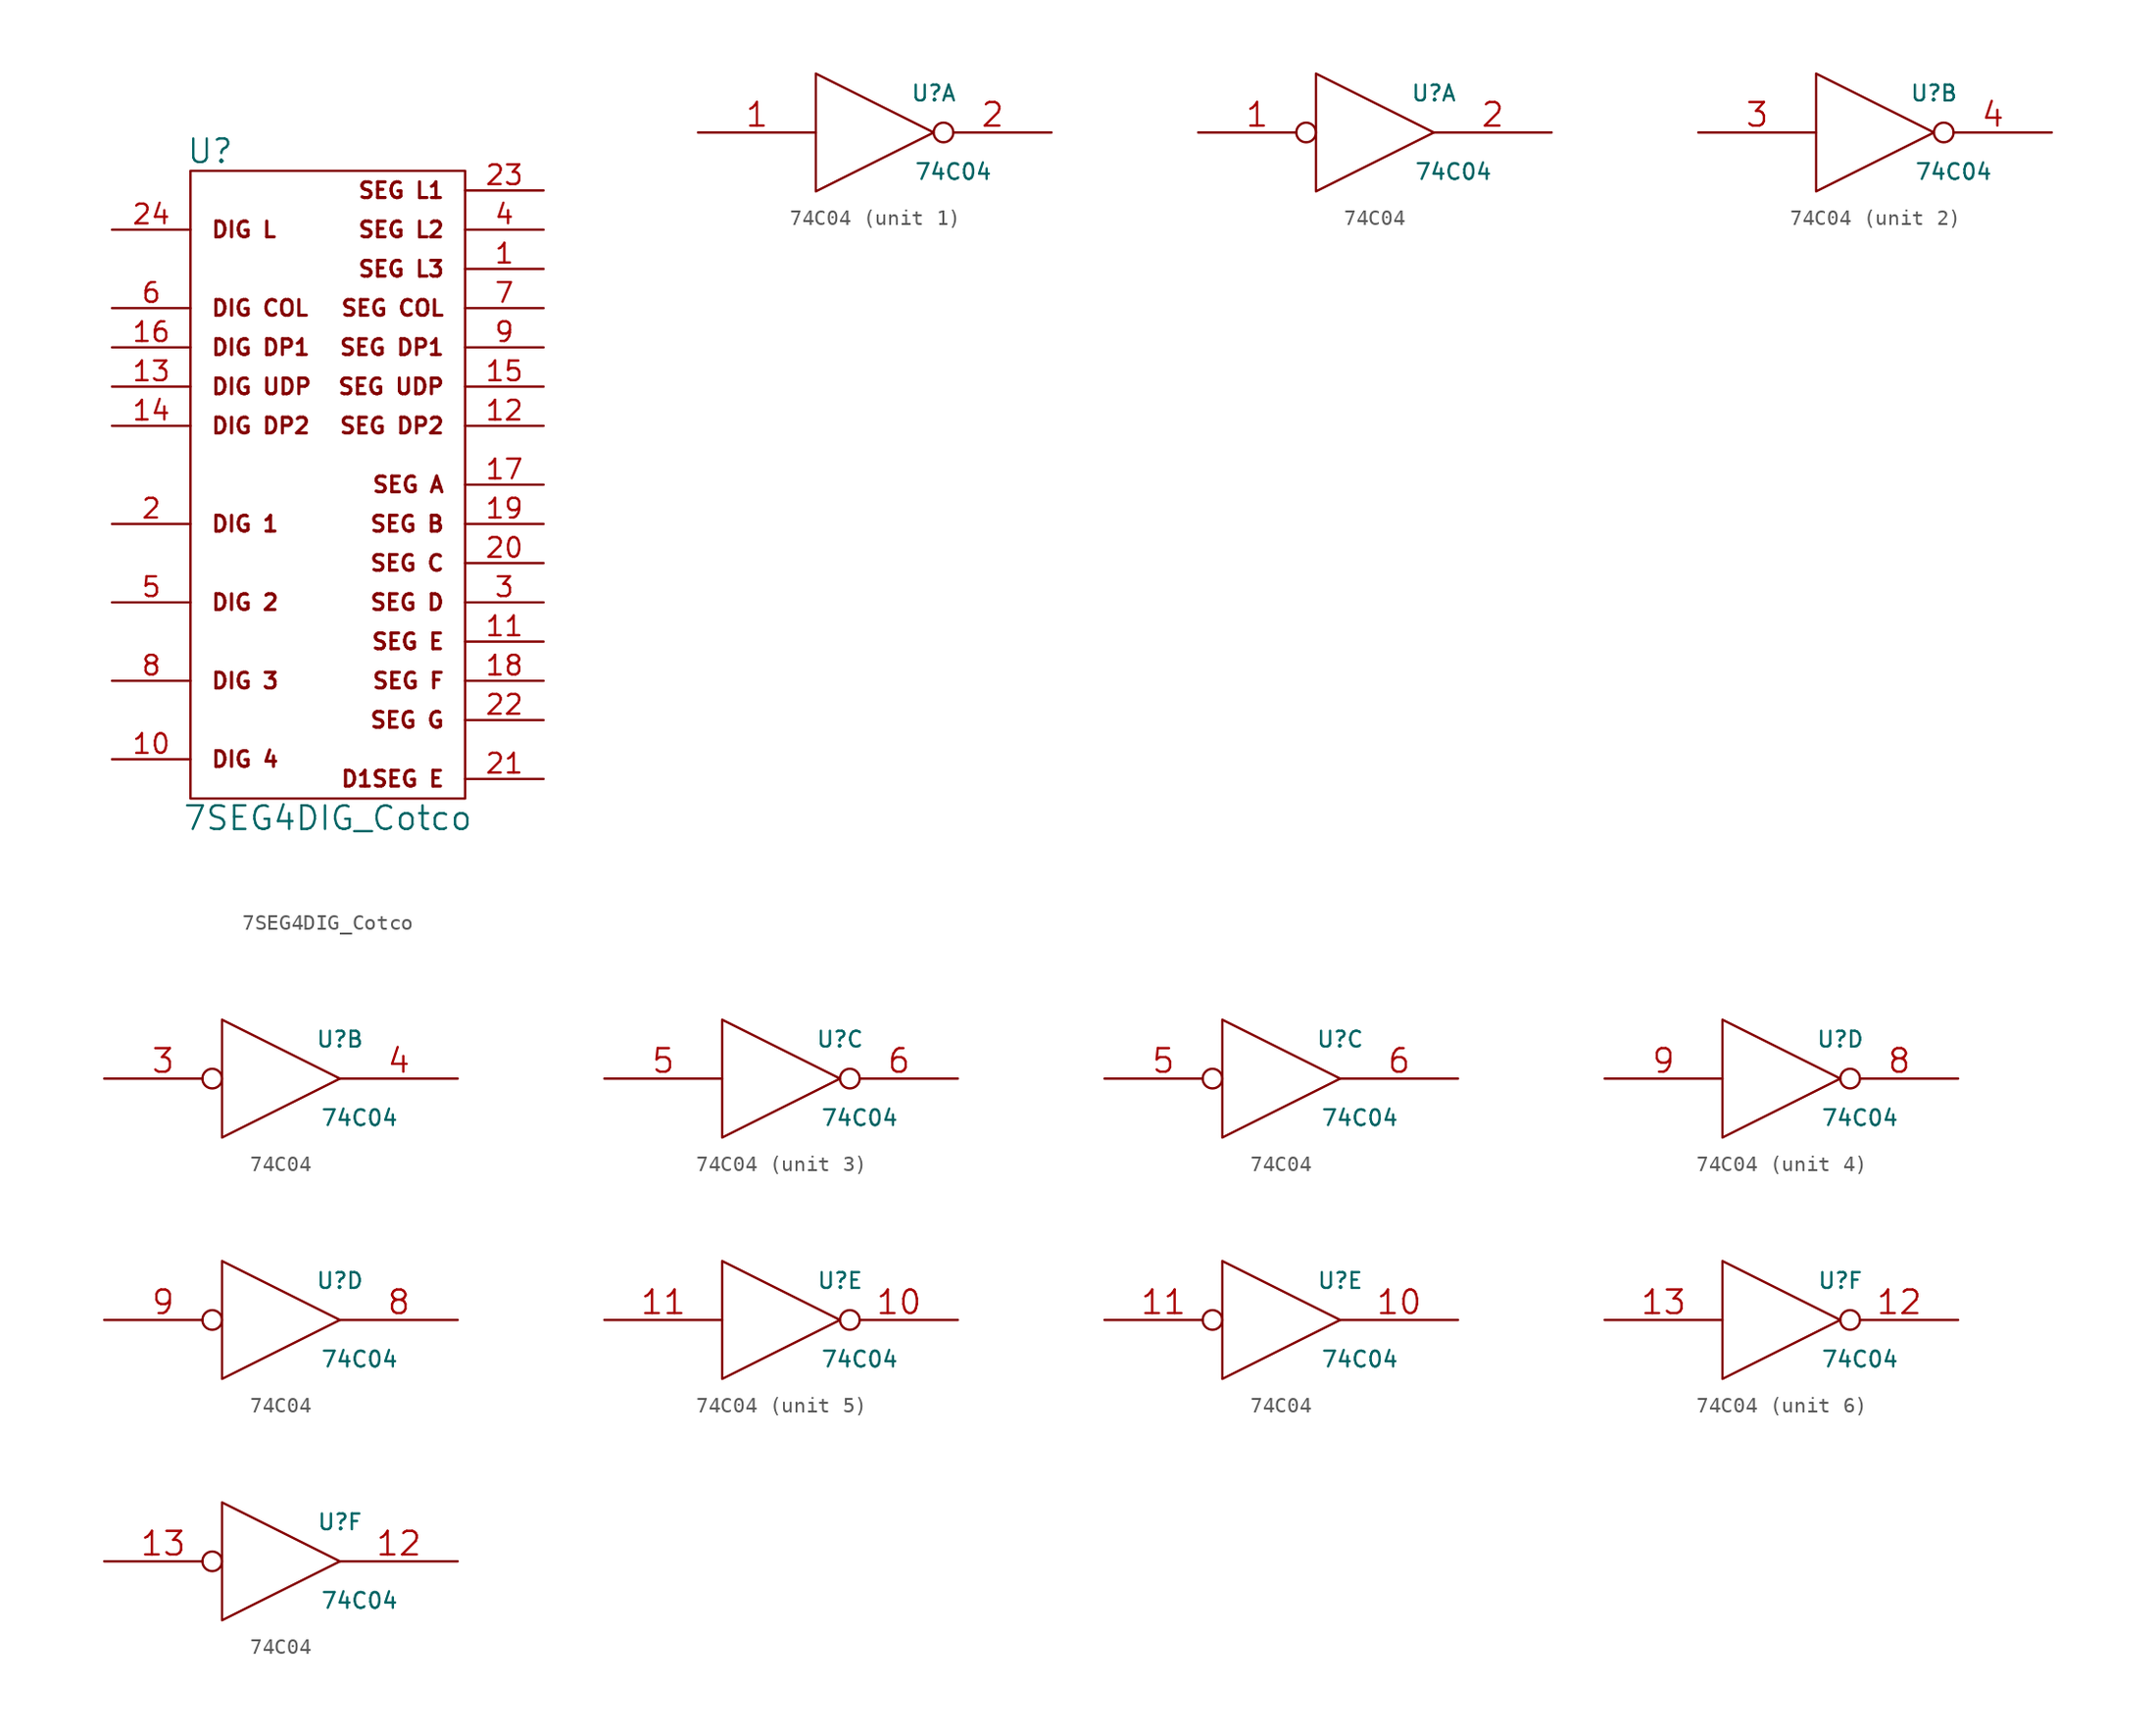
<source format=kicad_sym>
(kicad_symbol_lib
  (version 20211014)
  (generator kicad_symbol_editor)
  (symbol "7SEG4DIG_Cotco"
    (pin_names
      (offset 1.016))
    (property "Reference" "U"
      (at -7.62 21.59 0)
      (effects (font (size 1.524 1.524))))
    (property "Value" "7SEG4DIG_Cotco"
      (at 0 -21.59 0)
      (effects (font (size 1.524 1.524))))
    (property "Footprint" ""
      (at -12.7 -12.7 0)
      (effects (font (size 1.524 1.524))))
    (property "Datasheet" ""
      (at -12.7 -12.7 0)
      (effects (font (size 1.524 1.524))))
    (symbol "7SEG4DIG_Cotco_0_0"
      (rectangle (start 8.89 20.32) (end -8.89 -20.32) (stroke (width 0) (type default) (color 0 0 0 0)) (fill (type none)))
      (text "D1SEG E" (at 7.62 -19.05 0) (effects (font (size 1.016 1.016) bold) (justify right)))
      (text "DIG 1" (at -7.62 -2.54 0) (effects (font (size 1.016 1.016) bold) (justify left)))
      (text "DIG 2" (at -7.62 -7.62 0) (effects (font (size 1.016 1.016) bold) (justify left)))
      (text "DIG 3" (at -7.62 -12.7 0) (effects (font (size 1.016 1.016) bold) (justify left)))
      (text "DIG 4" (at -7.62 -17.78 0) (effects (font (size 1.016 1.016) bold) (justify left)))
      (text "DIG COL" (at -7.62 11.43 0) (effects (font (size 1.016 1.016) bold) (justify left)))
      (text "DIG DP1" (at -7.62 8.89 0) (effects (font (size 1.016 1.016) bold) (justify left)))
      (text "DIG DP2" (at -7.62 3.81 0) (effects (font (size 1.016 1.016) bold) (justify left)))
      (text "DIG L" (at -7.62 16.51 0) (effects (font (size 1.016 1.016) bold) (justify left)))
      (text "DIG UDP" (at -7.62 6.35 0) (effects (font (size 1.016 1.016) bold) (justify left)))
      (text "SEG A" (at 7.62 0 0) (effects (font (size 1.016 1.016) bold) (justify right)))
      (text "SEG B" (at 7.62 -2.54 0) (effects (font (size 1.016 1.016) bold) (justify right)))
      (text "SEG C" (at 7.62 -5.08 0) (effects (font (size 1.016 1.016) bold) (justify right)))
      (text "SEG COL" (at 7.62 11.43 0) (effects (font (size 1.016 1.016) bold) (justify right)))
      (text "SEG D" (at 7.62 -7.62 0) (effects (font (size 1.016 1.016) bold) (justify right)))
      (text "SEG DP1" (at 7.62 8.89 0) (effects (font (size 1.016 1.016) bold) (justify right)))
      (text "SEG DP2" (at 7.62 3.81 0) (effects (font (size 1.016 1.016) bold) (justify right)))
      (text "SEG E" (at 7.62 -10.16 0) (effects (font (size 1.016 1.016) bold) (justify right)))
      (text "SEG F" (at 7.62 -12.7 0) (effects (font (size 1.016 1.016) bold) (justify right)))
      (text "SEG G" (at 7.62 -15.24 0) (effects (font (size 1.016 1.016) bold) (justify right)))
      (text "SEG L1" (at 7.62 19.05 0) (effects (font (size 1.016 1.016) bold) (justify right)))
      (text "SEG L2" (at 7.62 16.51 0) (effects (font (size 1.016 1.016) bold) (justify right)))
      (text "SEG L3" (at 7.62 13.97 0) (effects (font (size 1.016 1.016) bold) (justify right)))
      (text "SEG UDP" (at 7.62 6.35 0) (effects (font (size 1.016 1.016) bold) (justify right))))
    (symbol "7SEG4DIG_Cotco_1_1"
      (pin input line (at 13.97 13.97 180) (length 5.08) (name "~" (effects (font (size 1.27 1.27)))) (number "1" (effects (font (size 1.27 1.27)))))
      (pin input line (at -13.97 -17.78 0) (length 5.08) (name "~" (effects (font (size 1.27 1.27)))) (number "10" (effects (font (size 1.27 1.27)))))
      (pin input line (at 13.97 -10.16 180) (length 5.08) (name "~" (effects (font (size 1.27 1.27)))) (number "11" (effects (font (size 1.27 1.27)))))
      (pin input line (at 13.97 3.81 180) (length 5.08) (name "~" (effects (font (size 1.27 1.27)))) (number "12" (effects (font (size 1.27 1.27)))))
      (pin input line (at -13.97 6.35 0) (length 5.08) (name "~" (effects (font (size 1.27 1.27)))) (number "13" (effects (font (size 1.27 1.27)))))
      (pin input line (at -13.97 3.81 0) (length 5.08) (name "~" (effects (font (size 1.27 1.27)))) (number "14" (effects (font (size 1.27 1.27)))))
      (pin input line (at 13.97 6.35 180) (length 5.08) (name "~" (effects (font (size 1.27 1.27)))) (number "15" (effects (font (size 1.27 1.27)))))
      (pin input line (at -13.97 8.89 0) (length 5.08) (name "~" (effects (font (size 1.27 1.27)))) (number "16" (effects (font (size 1.27 1.27)))))
      (pin input line (at 13.97 0 180) (length 5.08) (name "~" (effects (font (size 1.27 1.27)))) (number "17" (effects (font (size 1.27 1.27)))))
      (pin input line (at 13.97 -12.7 180) (length 5.08) (name "~" (effects (font (size 1.27 1.27)))) (number "18" (effects (font (size 1.27 1.27)))))
      (pin input line (at 13.97 -2.54 180) (length 5.08) (name "~" (effects (font (size 1.27 1.27)))) (number "19" (effects (font (size 1.27 1.27)))))
      (pin input line (at -13.97 -2.54 0) (length 5.08) (name "~" (effects (font (size 1.27 1.27)))) (number "2" (effects (font (size 1.27 1.27)))))
      (pin input line (at 13.97 -5.08 180) (length 5.08) (name "~" (effects (font (size 1.27 1.27)))) (number "20" (effects (font (size 1.27 1.27)))))
      (pin input line (at 13.97 -19.05 180) (length 5.08) (name "~" (effects (font (size 1.27 1.27)))) (number "21" (effects (font (size 1.27 1.27)))))
      (pin input line (at 13.97 -15.24 180) (length 5.08) (name "~" (effects (font (size 1.27 1.27)))) (number "22" (effects (font (size 1.27 1.27)))))
      (pin input line (at 13.97 19.05 180) (length 5.08) (name "~" (effects (font (size 1.27 1.27)))) (number "23" (effects (font (size 1.27 1.27)))))
      (pin input line (at -13.97 16.51 0) (length 5.08) (name "~" (effects (font (size 1.27 1.27)))) (number "24" (effects (font (size 1.27 1.27)))))
      (pin input line (at 13.97 -7.62 180) (length 5.08) (name "~" (effects (font (size 1.27 1.27)))) (number "3" (effects (font (size 1.27 1.27)))))
      (pin input line (at 13.97 16.51 180) (length 5.08) (name "~" (effects (font (size 1.27 1.27)))) (number "4" (effects (font (size 1.27 1.27)))))
      (pin input line (at -13.97 -7.62 0) (length 5.08) (name "~" (effects (font (size 1.27 1.27)))) (number "5" (effects (font (size 1.27 1.27)))))
      (pin input line (at -13.97 11.43 0) (length 5.08) (name "~" (effects (font (size 1.27 1.27)))) (number "6" (effects (font (size 1.27 1.27)))))
      (pin input line (at 13.97 11.43 180) (length 5.08) (name "~" (effects (font (size 1.27 1.27)))) (number "7" (effects (font (size 1.27 1.27)))))
      (pin input line (at -13.97 -12.7 0) (length 5.08) (name "~" (effects (font (size 1.27 1.27)))) (number "8" (effects (font (size 1.27 1.27)))))
      (pin input line (at 13.97 8.89 180) (length 5.08) (name "~" (effects (font (size 1.27 1.27)))) (number "9" (effects (font (size 1.27 1.27)))))))
  (symbol "74C04"
    (pin_names
      (offset 0.762))
    (property "Reference" "U"
      (at 3.81 2.54 0)
      (effects (font (size 1.016 1.016))))
    (property "Value" "74C04"
      (at 5.08 -2.54 0)
      (effects (font (size 1.016 1.016))))
    (property "Footprint" ""
      (at 0 0 0)
      (effects (font (size 1.524 1.524))))
    (property "Datasheet" ""
      (at 0 0 0)
      (effects (font (size 1.524 1.524))))
    (symbol "74C04_0_0"
      (polyline (pts (xy -3.81 3.81) (xy -3.81 -3.81) (xy 3.81 0) (xy -3.81 3.81)) (stroke (width 0) (type default) (color 0 0 0 0)) (fill (type none)))
      (pin power_in line (at -1.27 2.54 270) (length 0) hide (name "VCC" (effects (font (size 0.508 0.508)))) (number "14" (effects (font (size 0.762 0.762)))))
      (pin power_in line (at -1.27 -2.54 90) (length 0) hide (name "GND" (effects (font (size 0.508 0.508)))) (number "7" (effects (font (size 0.762 0.762))))))
    (symbol "74C04_1_1"
      (pin input line (at -11.43 0 0) (length 7.62) (name "~" (effects (font (size 1.524 1.524)))) (number "1" (effects (font (size 1.524 1.524)))))
      (pin output inverted (at 11.43 0 180) (length 7.62) (name "~" (effects (font (size 1.524 1.524)))) (number "2" (effects (font (size 1.524 1.524))))))
    (symbol "74C04_1_2"
      (pin input inverted (at -11.43 0 0) (length 7.62) (name "~" (effects (font (size 1.524 1.524)))) (number "1" (effects (font (size 1.524 1.524)))))
      (pin output line (at 11.43 0 180) (length 7.62) (name "~" (effects (font (size 1.524 1.524)))) (number "2" (effects (font (size 1.524 1.524))))))
    (symbol "74C04_2_1"
      (pin input line (at -11.43 0 0) (length 7.62) (name "~" (effects (font (size 1.524 1.524)))) (number "3" (effects (font (size 1.524 1.524)))))
      (pin output inverted (at 11.43 0 180) (length 7.62) (name "~" (effects (font (size 1.524 1.524)))) (number "4" (effects (font (size 1.524 1.524))))))
    (symbol "74C04_2_2"
      (pin input inverted (at -11.43 0 0) (length 7.62) (name "~" (effects (font (size 1.524 1.524)))) (number "3" (effects (font (size 1.524 1.524)))))
      (pin output line (at 11.43 0 180) (length 7.62) (name "~" (effects (font (size 1.524 1.524)))) (number "4" (effects (font (size 1.524 1.524))))))
    (symbol "74C04_3_1"
      (pin input line (at -11.43 0 0) (length 7.62) (name "~" (effects (font (size 1.524 1.524)))) (number "5" (effects (font (size 1.524 1.524)))))
      (pin output inverted (at 11.43 0 180) (length 7.62) (name "~" (effects (font (size 1.524 1.524)))) (number "6" (effects (font (size 1.524 1.524))))))
    (symbol "74C04_3_2"
      (pin input inverted (at -11.43 0 0) (length 7.62) (name "~" (effects (font (size 1.524 1.524)))) (number "5" (effects (font (size 1.524 1.524)))))
      (pin output line (at 11.43 0 180) (length 7.62) (name "~" (effects (font (size 1.524 1.524)))) (number "6" (effects (font (size 1.524 1.524))))))
    (symbol "74C04_4_1"
      (pin output inverted (at 11.43 0 180) (length 7.62) (name "~" (effects (font (size 1.524 1.524)))) (number "8" (effects (font (size 1.524 1.524)))))
      (pin input line (at -11.43 0 0) (length 7.62) (name "~" (effects (font (size 1.524 1.524)))) (number "9" (effects (font (size 1.524 1.524))))))
    (symbol "74C04_4_2"
      (pin output line (at 11.43 0 180) (length 7.62) (name "~" (effects (font (size 1.524 1.524)))) (number "8" (effects (font (size 1.524 1.524)))))
      (pin input inverted (at -11.43 0 0) (length 7.62) (name "~" (effects (font (size 1.524 1.524)))) (number "9" (effects (font (size 1.524 1.524))))))
    (symbol "74C04_5_1"
      (pin output inverted (at 11.43 0 180) (length 7.62) (name "~" (effects (font (size 1.524 1.524)))) (number "10" (effects (font (size 1.524 1.524)))))
      (pin input line (at -11.43 0 0) (length 7.62) (name "~" (effects (font (size 1.524 1.524)))) (number "11" (effects (font (size 1.524 1.524))))))
    (symbol "74C04_5_2"
      (pin output line (at 11.43 0 180) (length 7.62) (name "~" (effects (font (size 1.524 1.524)))) (number "10" (effects (font (size 1.524 1.524)))))
      (pin input inverted (at -11.43 0 0) (length 7.62) (name "~" (effects (font (size 1.524 1.524)))) (number "11" (effects (font (size 1.524 1.524))))))
    (symbol "74C04_6_1"
      (pin output inverted (at 11.43 0 180) (length 7.62) (name "~" (effects (font (size 1.524 1.524)))) (number "12" (effects (font (size 1.524 1.524)))))
      (pin input line (at -11.43 0 0) (length 7.62) (name "~" (effects (font (size 1.524 1.524)))) (number "13" (effects (font (size 1.524 1.524))))))
    (symbol "74C04_6_2"
      (pin output line (at 11.43 0 180) (length 7.62) (name "~" (effects (font (size 1.524 1.524)))) (number "12" (effects (font (size 1.524 1.524)))))
      (pin input inverted (at -11.43 0 0) (length 7.62) (name "~" (effects (font (size 1.524 1.524)))) (number "13" (effects (font (size 1.524 1.524))))))))
</source>
